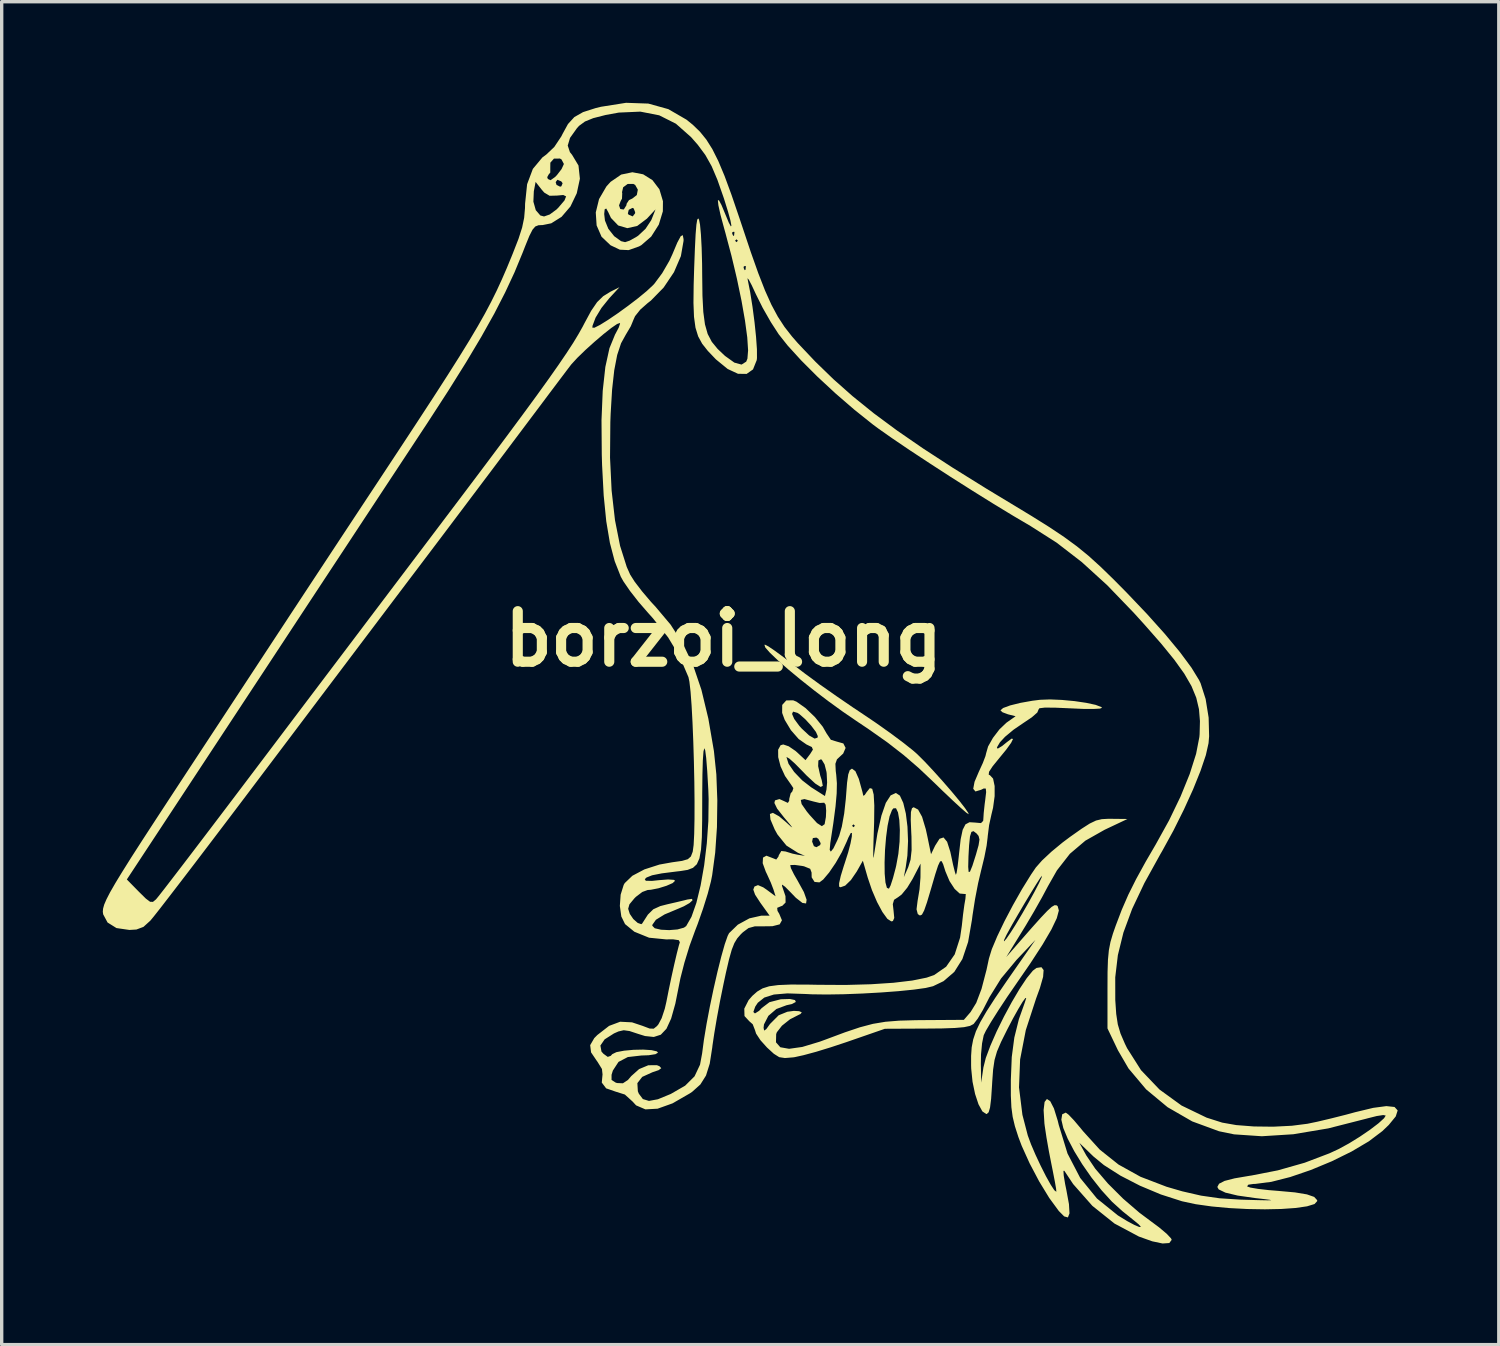
<source format=kicad_pcb>
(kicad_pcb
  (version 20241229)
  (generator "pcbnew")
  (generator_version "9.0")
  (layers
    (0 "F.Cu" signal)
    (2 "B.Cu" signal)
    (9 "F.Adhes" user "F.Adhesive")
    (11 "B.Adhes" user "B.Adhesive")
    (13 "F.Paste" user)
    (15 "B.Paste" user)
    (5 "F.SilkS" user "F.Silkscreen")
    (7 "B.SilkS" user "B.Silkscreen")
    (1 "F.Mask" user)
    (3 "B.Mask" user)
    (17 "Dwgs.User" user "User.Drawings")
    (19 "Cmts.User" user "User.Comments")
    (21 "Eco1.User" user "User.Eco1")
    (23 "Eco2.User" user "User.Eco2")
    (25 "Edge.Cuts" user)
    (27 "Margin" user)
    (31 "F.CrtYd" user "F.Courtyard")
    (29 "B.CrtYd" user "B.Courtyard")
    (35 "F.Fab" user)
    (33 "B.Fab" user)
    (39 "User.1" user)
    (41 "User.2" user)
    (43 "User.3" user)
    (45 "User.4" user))
  (footprint "borzoi_long"
    (layer "F.Cu")
    (at 18.418 15.903)
    (property "Reference" "borzoi_long" (at 0 0 0) (layer "F.SilkS") (effects (font (size 1.5 1.5) (thickness 0.3))))
    (attr board_only exclude_from_pos_files exclude_from_bom)
    (fp_poly (pts (xy 1.325 0.222) (xy 1.523 0.356) (xy 1.793 0.555) (xy 2.075 0.773) (xy 2.42 1.036) (xy 2.86 1.357) (xy 3.351 1.702) (xy 3.843 2.039) (xy 4.063 2.185) (xy 4.508 2.485) (xy 4.94 2.791) (xy 5.323 3.076) (xy 5.621 3.313) (xy 5.745 3.422) (xy 5.967 3.643) (xy 6.224 3.918) (xy 6.496 4.22) (xy 6.758 4.522) (xy 6.988 4.798) (xy 7.162 5.022) (xy 7.259 5.166) (xy 7.27 5.204) (xy 7.202 5.159) (xy 7.035 5.014) (xy 6.789 4.787) (xy 6.486 4.499) (xy 6.265 4.284) (xy 5.794 3.838) (xy 5.341 3.447) (xy 4.858 3.072) (xy 4.298 2.677) (xy 3.934 2.433) (xy 3.527 2.154) (xy 3.102 1.846) (xy 2.679 1.524) (xy 2.276 1.204) (xy 1.912 0.902) (xy 1.604 0.633) (xy 1.373 0.412) (xy 1.236 0.256) (xy 1.211 0.178) (xy 1.228 0.173)) (stroke (width 0) (type solid)) (fill yes) (layer "F.SilkS"))
    (fp_poly (pts (xy -2.388 -13.782) (xy -2.111 -13.608) (xy -1.905 -13.336) (xy -1.8 -12.984) (xy -1.803 -12.683) (xy -1.923 -12.289) (xy -2.148 -11.935) (xy -2.441 -11.68) (xy -2.51 -11.642) (xy -2.817 -11.533) (xy -3.078 -11.545) (xy -3.354 -11.676) (xy -3.622 -11.93) (xy -3.768 -12.266) (xy -3.79 -12.604) (xy -3.543 -12.604) (xy -3.521 -12.411) (xy -3.421 -12.166) (xy -3.246 -11.945) (xy -3.042 -11.798) (xy -2.922 -11.769) (xy -2.79 -11.813) (xy -2.592 -11.923) (xy -2.537 -11.959) (xy -2.317 -12.165) (xy -2.151 -12.416) (xy -2.137 -12.446) (xy -2.02 -12.742) (xy -2.275 -12.467) (xy -2.563 -12.25) (xy -2.858 -12.184) (xy -3.128 -12.264) (xy -3.342 -12.487) (xy -3.405 -12.62) (xy -2.841 -12.62) (xy -2.82 -12.585) (xy -2.697 -12.533) (xy -2.627 -12.624) (xy -2.625 -12.658) (xy -2.668 -12.77) (xy -2.704 -12.785) (xy -2.815 -12.729) (xy -2.841 -12.62) (xy -3.405 -12.62) (xy -3.418 -12.649) (xy -3.483 -12.767) (xy -3.529 -12.743) (xy -3.543 -12.604) (xy -3.79 -12.604) (xy -3.793 -12.65) (xy -3.742 -12.859) (xy -3.103 -12.859) (xy -3.066 -12.753) (xy -2.971 -12.738) (xy -2.957 -12.746) (xy -2.883 -12.865) (xy -2.879 -12.907) (xy -2.808 -13.016) (xy -2.709 -13.063) (xy -2.576 -13.166) (xy -2.545 -13.326) (xy -2.624 -13.466) (xy -2.678 -13.497) (xy -2.848 -13.495) (xy -2.981 -13.396) (xy -3.015 -13.248) (xy -3.008 -13.226) (xy -3.015 -13.059) (xy -3.054 -12.989) (xy -3.103 -12.859) (xy -3.742 -12.859) (xy -3.696 -13.047) (xy -3.478 -13.421) (xy -3.355 -13.557) (xy -3.039 -13.774) (xy -2.707 -13.843)) (stroke (width 0) (type solid)) (fill yes) (layer "F.SilkS"))
    (fp_poly (pts (xy -2.233 -15.88) (xy -1.64 -15.715) (xy -1.102 -15.403) (xy -0.912 -15.249) (xy -0.702 -15.045) (xy -0.513 -14.812) (xy -0.336 -14.531) (xy -0.159 -14.178) (xy 0.028 -13.732) (xy 0.234 -13.172) (xy 0.471 -12.476) (xy 0.549 -12.243) (xy 0.806 -11.474) (xy 1.029 -10.845) (xy 1.229 -10.332) (xy 1.418 -9.912) (xy 1.607 -9.56) (xy 1.806 -9.255) (xy 2.028 -8.971) (xy 2.201 -8.773) (xy 2.722 -8.223) (xy 3.259 -7.702) (xy 3.828 -7.198) (xy 4.448 -6.697) (xy 5.138 -6.186) (xy 5.915 -5.65) (xy 6.797 -5.077) (xy 7.802 -4.452) (xy 8.507 -4.026) (xy 9.146 -3.639) (xy 9.668 -3.312) (xy 10.103 -3.021) (xy 10.48 -2.745) (xy 10.829 -2.46) (xy 11.18 -2.142) (xy 11.564 -1.769) (xy 11.946 -1.383) (xy 12.559 -0.739) (xy 13.093 -0.143) (xy 13.537 0.393) (xy 13.878 0.853) (xy 14.105 1.223) (xy 14.149 1.314) (xy 14.3 1.786) (xy 14.389 2.338) (xy 14.403 2.889) (xy 14.386 3.095) (xy 14.306 3.45) (xy 14.148 3.917) (xy 13.927 4.466) (xy 13.654 5.066) (xy 13.345 5.686) (xy 13.01 6.296) (xy 12.957 6.387) (xy 12.482 7.246) (xy 12.119 8.013) (xy 11.86 8.716) (xy 11.696 9.383) (xy 11.618 10.041) (xy 11.619 10.715) (xy 11.647 11.128) (xy 11.694 11.438) (xy 11.775 11.711) (xy 11.905 12.012) (xy 11.969 12.143) (xy 12.383 12.796) (xy 12.931 13.37) (xy 13.587 13.846) (xy 14.328 14.204) (xy 14.792 14.352) (xy 15.208 14.425) (xy 15.732 14.466) (xy 16.302 14.473) (xy 16.858 14.445) (xy 17.32 14.386) (xy 17.618 14.324) (xy 18.018 14.229) (xy 18.458 14.118) (xy 18.735 14.043) (xy 19.272 13.914) (xy 19.662 13.862) (xy 19.904 13.888) (xy 19.997 13.99) (xy 19.94 14.168) (xy 19.733 14.421) (xy 19.542 14.604) (xy 19.141 14.907) (xy 18.627 15.211) (xy 18.04 15.5) (xy 17.421 15.757) (xy 16.81 15.966) (xy 16.248 16.109) (xy 15.776 16.17) (xy 15.722 16.171) (xy 15.566 16.193) (xy 15.529 16.244) (xy 15.627 16.279) (xy 15.856 16.318) (xy 16.179 16.355) (xy 16.437 16.376) (xy 16.949 16.422) (xy 17.305 16.481) (xy 17.52 16.556) (xy 17.607 16.651) (xy 17.611 16.679) (xy 17.531 16.767) (xy 17.309 16.835) (xy 16.972 16.884) (xy 16.546 16.914) (xy 16.058 16.924) (xy 15.533 16.915) (xy 14.998 16.887) (xy 14.479 16.839) (xy 14.004 16.772) (xy 13.598 16.685) (xy 13.589 16.682) (xy 12.971 16.483) (xy 12.351 16.223) (xy 11.773 15.925) (xy 11.281 15.611) (xy 10.97 15.355) (xy 10.553 14.951) (xy 10.758 15.323) (xy 11.025 15.719) (xy 11.402 16.16) (xy 11.851 16.608) (xy 12.336 17.025) (xy 12.636 17.249) (xy 12.921 17.461) (xy 13.144 17.649) (xy 13.273 17.786) (xy 13.293 17.829) (xy 13.222 17.924) (xy 13.023 17.938) (xy 12.715 17.873) (xy 12.319 17.732) (xy 11.597 17.347) (xy 10.939 16.821) (xy 10.37 16.176) (xy 10.107 15.78) (xy 10.081 15.784) (xy 10.09 15.925) (xy 10.132 16.176) (xy 10.166 16.341) (xy 10.245 16.77) (xy 10.261 17.044) (xy 10.214 17.165) (xy 10.103 17.134) (xy 9.944 16.974) (xy 9.661 16.588) (xy 9.362 16.098) (xy 9.079 15.562) (xy 8.843 15.04) (xy 8.744 14.778) (xy 8.641 14.457) (xy 8.575 14.18) (xy 8.537 13.895) (xy 8.521 13.548) (xy 8.521 13.085) (xy 8.521 13.081) (xy 8.548 12.406) (xy 8.624 11.829) (xy 8.76 11.283) (xy 8.933 10.795) (xy 8.977 10.659) (xy 8.952 10.656) (xy 8.87 10.768) (xy 8.743 10.979) (xy 8.581 11.269) (xy 8.414 11.589) (xy 8.23 11.96) (xy 8.11 12.241) (xy 8.037 12.494) (xy 7.995 12.777) (xy 7.968 13.151) (xy 7.963 13.24) (xy 7.936 13.644) (xy 7.904 13.904) (xy 7.862 14.046) (xy 7.805 14.096) (xy 7.792 14.097) (xy 7.676 14.019) (xy 7.561 13.808) (xy 7.46 13.502) (xy 7.384 13.138) (xy 7.345 12.751) (xy 7.342 12.658) (xy 7.342 12.37) (xy 7.359 12.12) (xy 7.404 11.885) (xy 7.485 11.642) (xy 7.615 11.37) (xy 7.802 11.048) (xy 8.058 10.651) (xy 8.393 10.16) (xy 8.776 9.61) (xy 9.25 8.932) (xy 8.689 9.525) (xy 8.23 10.077) (xy 7.885 10.633) (xy 7.846 10.71) (xy 7.69 11.013) (xy 7.539 11.266) (xy 7.421 11.42) (xy 7.41 11.43) (xy 7.308 11.483) (xy 7.134 11.52) (xy 6.864 11.544) (xy 6.472 11.558) (xy 6.019 11.562) (xy 4.784 11.568) (xy 3.633 11.967) (xy 3.18 12.117) (xy 2.746 12.25) (xy 2.373 12.351) (xy 2.106 12.41) (xy 2.063 12.416) (xy 1.818 12.436) (xy 1.649 12.41) (xy 1.49 12.31) (xy 1.287 12.124) (xy 1.093 11.908) (xy 0.963 11.711) (xy 0.931 11.609) (xy 0.863 11.434) (xy 0.762 11.345) (xy 0.619 11.19) (xy 0.613 10.97) (xy 0.741 10.718) (xy 0.85 10.593) (xy 0.996 10.464) (xy 1.154 10.37) (xy 1.352 10.307) (xy 1.62 10.271) (xy 1.986 10.256) (xy 2.477 10.257) (xy 2.794 10.263) (xy 3.617 10.268) (xy 4.372 10.247) (xy 5.039 10.203) (xy 5.596 10.137) (xy 6.022 10.051) (xy 6.245 9.974) (xy 6.601 9.727) (xy 6.856 9.36) (xy 7.015 8.864) (xy 7.067 8.509) (xy 7.103 8.178) (xy 7.142 7.89) (xy 7.173 7.713) (xy 7.184 7.571) (xy 7.129 7.567) (xy 7.004 7.556) (xy 6.853 7.418) (xy 6.702 7.187) (xy 6.58 6.898) (xy 6.568 6.86) (xy 6.512 6.685) (xy 6.467 6.594) (xy 6.421 6.603) (xy 6.362 6.728) (xy 6.279 6.983) (xy 6.162 7.384) (xy 6.147 7.435) (xy 6.033 7.817) (xy 5.949 8.058) (xy 5.884 8.181) (xy 5.824 8.208) (xy 5.76 8.165) (xy 5.723 8.023) (xy 5.755 7.768) (xy 5.759 7.747) (xy 5.812 7.429) (xy 5.839 7.088) (xy 5.84 7.039) (xy 5.842 6.669) (xy 5.606 7.123) (xy 5.447 7.383) (xy 5.282 7.584) (xy 5.179 7.662) (xy 5.056 7.742) (xy 5.019 7.87) (xy 5.041 8.065) (xy 5.062 8.28) (xy 5.022 8.372) (xy 4.974 8.382) (xy 4.858 8.307) (xy 4.711 8.104) (xy 4.552 7.808) (xy 4.4 7.453) (xy 4.274 7.08) (xy 4.145 6.632) (xy 4.775 6.632) (xy 4.778 6.965) (xy 4.801 7.228) (xy 4.844 7.387) (xy 4.904 7.412) (xy 4.953 7.316) (xy 5.024 7.098) (xy 5.103 6.8) (xy 5.12 6.728) (xy 5.184 6.377) (xy 5.22 6.016) (xy 5.228 5.672) (xy 5.212 5.374) (xy 5.173 5.149) (xy 5.114 5.025) (xy 5.036 5.029) (xy 4.995 5.08) (xy 4.923 5.265) (xy 4.864 5.546) (xy 4.819 5.889) (xy 4.788 6.263) (xy 4.775 6.632) (xy 4.145 6.632) (xy 4.13 6.583) (xy 3.949 6.903) (xy 3.776 7.156) (xy 3.606 7.321) (xy 3.468 7.37) (xy 3.426 7.349) (xy 3.426 7.249) (xy 3.475 7.032) (xy 3.564 6.741) (xy 3.591 6.66) (xy 3.694 6.338) (xy 3.765 6.066) (xy 3.803 5.865) (xy 3.806 5.757) (xy 3.772 5.761) (xy 3.7 5.898) (xy 3.65 6.019) (xy 3.507 6.328) (xy 3.325 6.646) (xy 3.131 6.931) (xy 2.955 7.14) (xy 2.842 7.225) (xy 2.697 7.211) (xy 2.612 7.076) (xy 2.609 6.932) (xy 2.568 6.822) (xy 2.385 6.748) (xy 2.323 6.736) (xy 2.113 6.707) (xy 1.986 6.711) (xy 1.976 6.716) (xy 1.996 6.803) (xy 2.087 6.987) (xy 2.196 7.176) (xy 2.381 7.512) (xy 2.462 7.74) (xy 2.446 7.85) (xy 2.337 7.834) (xy 2.143 7.682) (xy 1.984 7.517) (xy 1.825 7.356) (xy 1.736 7.291) (xy 1.731 7.327) (xy 1.835 7.633) (xy 1.838 7.823) (xy 1.739 7.921) (xy 1.708 7.93) (xy 1.589 7.98) (xy 1.598 8.07) (xy 1.651 8.159) (xy 1.73 8.349) (xy 1.663 8.47) (xy 1.447 8.525) (xy 1.205 8.528) (xy 0.925 8.529) (xy 0.739 8.58) (xy 0.571 8.705) (xy 0.509 8.765) (xy 0.404 8.885) (xy 0.318 9.027) (xy 0.241 9.222) (xy 0.162 9.502) (xy 0.07 9.896) (xy -0.005 10.247) (xy -0.107 10.748) (xy -0.201 11.253) (xy -0.278 11.709) (xy -0.331 12.065) (xy -0.337 12.12) (xy -0.412 12.602) (xy -0.523 12.955) (xy -0.69 13.22) (xy -0.931 13.436) (xy -1.001 13.484) (xy -1.517 13.781) (xy -1.959 13.939) (xy -2.321 13.959) (xy -2.597 13.84) (xy -2.701 13.727) (xy -2.93 13.519) (xy -3.209 13.431) (xy -3.486 13.335) (xy -3.615 13.164) (xy -3.593 12.927) (xy -3.592 12.925) (xy -3.61 12.761) (xy -3.745 12.543) (xy -3.759 12.525) (xy -3.933 12.268) (xy -3.959 12.054) (xy -3.838 11.845) (xy -3.747 11.753) (xy -3.398 11.482) (xy -3.069 11.359) (xy -2.718 11.377) (xy -2.406 11.481) (xy -2.195 11.561) (xy -2.074 11.565) (xy -1.978 11.488) (xy -1.935 11.436) (xy -1.838 11.253) (xy -1.746 10.975) (xy -1.699 10.771) (xy -1.631 10.428) (xy -1.551 10.045) (xy -1.467 9.666) (xy -1.389 9.334) (xy -1.327 9.093) (xy -1.299 9) (xy -1.331 8.939) (xy -1.501 8.914) (xy -1.709 8.916) (xy -2.212 8.866) (xy -2.648 8.689) (xy -2.925 8.462) (xy -3.035 8.237) (xy -3.067 8.008) (xy -2.832 8.008) (xy -2.784 8.159) (xy -2.68 8.312) (xy -2.549 8.428) (xy -2.442 8.465) (xy -2.418 8.447) (xy -2.247 8.181) (xy -2.087 8.023) (xy -1.879 7.928) (xy -1.676 7.876) (xy -1.394 7.811) (xy -1.164 7.756) (xy -1.079 7.734) (xy -0.939 7.714) (xy -0.923 7.757) (xy -1.011 7.838) (xy -1.182 7.935) (xy -1.333 8) (xy -1.751 8.175) (xy -2.009 8.334) (xy -2.113 8.481) (xy -2.117 8.511) (xy -2.043 8.586) (xy -1.857 8.629) (xy -1.614 8.641) (xy -1.369 8.621) (xy -1.177 8.568) (xy -1.111 8.521) (xy -0.954 8.247) (xy -0.809 7.834) (xy -0.682 7.313) (xy -0.577 6.715) (xy -0.499 6.068) (xy -0.453 5.405) (xy -0.445 4.755) (xy -0.454 4.487) (xy -0.486 3.926) (xy -0.517 3.533) (xy -0.547 3.306) (xy -0.574 3.244) (xy -0.598 3.345) (xy -0.617 3.607) (xy -0.629 4.03) (xy -0.635 4.61) (xy -0.635 4.74) (xy -0.637 5.386) (xy -0.646 5.883) (xy -0.671 6.251) (xy -0.718 6.512) (xy -0.795 6.686) (xy -0.909 6.793) (xy -1.067 6.854) (xy -1.277 6.888) (xy -1.399 6.902) (xy -1.833 6.957) (xy -2.122 7.014) (xy -2.287 7.08) (xy -2.339 7.13) (xy -2.309 7.177) (xy -2.127 7.181) (xy -1.917 7.159) (xy -1.648 7.138) (xy -1.478 7.15) (xy -1.439 7.177) (xy -1.513 7.246) (xy -1.696 7.326) (xy -1.931 7.399) (xy -2.16 7.444) (xy -2.254 7.451) (xy -2.412 7.509) (xy -2.603 7.654) (xy -2.647 7.698) (xy -2.794 7.875) (xy -2.832 8.008) (xy -3.067 8.008) (xy -3.079 7.923) (xy -3.055 7.588) (xy -2.965 7.3) (xy -2.934 7.246) (xy -2.708 7.029) (xy -2.351 6.84) (xy -1.904 6.696) (xy -1.53 6.629) (xy -1.233 6.587) (xy -1.062 6.537) (xy -0.972 6.457) (xy -0.921 6.325) (xy -0.916 6.308) (xy -0.89 6.116) (xy -0.873 5.786) (xy -0.864 5.346) (xy -0.863 4.824) (xy -0.869 4.248) (xy -0.882 3.648) (xy -0.9 3.051) (xy -0.923 2.487) (xy -0.95 1.983) (xy -0.981 1.568) (xy -1.015 1.272) (xy -1.043 1.137) (xy -1.307 0.521) (xy -1.647 -0.043) (xy -2.097 -0.61) (xy -2.238 -0.767) (xy -2.521 -1.093) (xy -2.778 -1.422) (xy -2.974 -1.707) (xy -3.051 -1.845) (xy -3.232 -2.305) (xy -3.374 -2.846) (xy -3.482 -3.489) (xy -3.558 -4.253) (xy -3.606 -5.158) (xy -3.615 -5.461) (xy -3.623 -6.489) (xy -3.587 -7.357) (xy -3.509 -8.067) (xy -3.387 -8.623) (xy -3.221 -9.029) (xy -3.21 -9.048) (xy -3.111 -9.237) (xy -3.072 -9.356) (xy -3.076 -9.37) (xy -3.159 -9.342) (xy -3.333 -9.223) (xy -3.568 -9.037) (xy -3.834 -8.81) (xy -4.101 -8.569) (xy -4.337 -8.34) (xy -4.515 -8.147) (xy -4.548 -8.105) (xy -4.671 -7.943) (xy -4.879 -7.667) (xy -5.156 -7.299) (xy -5.485 -6.86) (xy -5.851 -6.373) (xy -6.238 -5.858) (xy -6.25 -5.842) (xy -6.726 -5.208) (xy -7.265 -4.492) (xy -7.829 -3.743) (xy -8.382 -3.009) (xy -8.887 -2.341) (xy -9.089 -2.074) (xy -9.407 -1.654) (xy -9.812 -1.118) (xy -10.289 -0.486) (xy -10.824 0.222) (xy -11.401 0.987) (xy -12.007 1.789) (xy -12.625 2.609) (xy -13.242 3.427) (xy -13.627 3.937) (xy -14.189 4.682) (xy -14.728 5.394) (xy -15.232 6.058) (xy -15.693 6.664) (xy -16.101 7.197) (xy -16.446 7.646) (xy -16.718 7.998) (xy -16.909 8.24) (xy -17.007 8.359) (xy -17.009 8.361) (xy -17.212 8.545) (xy -17.42 8.623) (xy -17.629 8.636) (xy -18.013 8.58) (xy -18.277 8.415) (xy -18.407 8.173) (xy -18.418 8.095) (xy -18.41 8.003) (xy -18.377 7.884) (xy -18.31 7.728) (xy -18.204 7.522) (xy -18.05 7.254) (xy -17.98 7.138) (xy -17.705 7.138) (xy -17.343 7.507) (xy -17.141 7.706) (xy -17.016 7.8) (xy -16.93 7.803) (xy -16.844 7.732) (xy -16.838 7.726) (xy -16.761 7.632) (xy -16.591 7.415) (xy -16.34 7.089) (xy -16.017 6.668) (xy -15.633 6.164) (xy -15.197 5.591) (xy -14.719 4.961) (xy -14.21 4.288) (xy -13.999 4.009) (xy -13.373 3.181) (xy -12.672 2.252) (xy -11.919 1.256) (xy -11.14 0.226) (xy -10.362 -0.804) (xy -9.609 -1.8) (xy -8.907 -2.728) (xy -8.467 -3.31) (xy -7.704 -4.32) (xy -7.038 -5.205) (xy -6.461 -5.977) (xy -5.966 -6.645) (xy -5.545 -7.219) (xy -5.192 -7.71) (xy -4.899 -8.127) (xy -4.658 -8.481) (xy -4.463 -8.781) (xy -4.307 -9.039) (xy -4.181 -9.263) (xy -4.133 -9.356) (xy -3.93 -9.732) (xy -3.754 -9.989) (xy -3.574 -10.165) (xy -3.357 -10.299) (xy -3.345 -10.305) (xy -3.09 -10.433) (xy -3.392 -10.106) (xy -3.624 -9.818) (xy -3.799 -9.529) (xy -3.889 -9.29) (xy -3.895 -9.233) (xy -3.833 -9.23) (xy -3.669 -9.313) (xy -3.428 -9.463) (xy -3.141 -9.658) (xy -2.836 -9.879) (xy -2.54 -10.105) (xy -2.283 -10.317) (xy -2.092 -10.495) (xy -2.056 -10.534) (xy -1.823 -10.848) (xy -1.609 -11.217) (xy -1.52 -11.41) (xy -1.374 -11.757) (xy -1.273 -11.945) (xy -1.212 -11.977) (xy -1.189 -11.859) (xy -1.189 -11.807) (xy -1.268 -11.355) (xy -1.473 -10.878) (xy -1.779 -10.423) (xy -2.157 -10.036) (xy -2.258 -9.957) (xy -2.474 -9.766) (xy -2.628 -9.572) (xy -2.666 -9.488) (xy -2.754 -9.274) (xy -2.892 -9.041) (xy -2.898 -9.032) (xy -3.043 -8.769) (xy -3.158 -8.421) (xy -3.245 -7.969) (xy -3.309 -7.393) (xy -3.352 -6.674) (xy -3.361 -6.429) (xy -3.37 -5.376) (xy -3.323 -4.4) (xy -3.223 -3.521) (xy -3.072 -2.759) (xy -2.874 -2.133) (xy -2.772 -1.905) (xy -2.638 -1.694) (xy -2.421 -1.411) (xy -2.157 -1.1) (xy -2.013 -0.944) (xy -1.574 -0.423) (xy -1.208 0.144) (xy -0.906 0.782) (xy -0.658 1.515) (xy -0.453 2.368) (xy -0.288 3.328) (xy -0.216 4.021) (xy -0.187 4.792) (xy -0.198 5.586) (xy -0.25 6.344) (xy -0.34 7.011) (xy -0.376 7.194) (xy -0.471 7.559) (xy -0.611 8.006) (xy -0.771 8.462) (xy -0.847 8.658) (xy -1.011 9.109) (xy -1.163 9.605) (xy -1.281 10.064) (xy -1.314 10.227) (xy -1.433 10.824) (xy -1.557 11.265) (xy -1.696 11.567) (xy -1.864 11.744) (xy -2.072 11.811) (xy -2.332 11.783) (xy -2.532 11.721) (xy -2.792 11.635) (xy -2.964 11.611) (xy -3.12 11.647) (xy -3.253 11.706) (xy -3.53 11.882) (xy -3.656 12.065) (xy -3.624 12.244) (xy -3.565 12.31) (xy -3.438 12.402) (xy -3.349 12.371) (xy -3.304 12.321) (xy -3.18 12.261) (xy -2.954 12.218) (xy -2.673 12.192) (xy -2.385 12.186) (xy -2.138 12.202) (xy -1.98 12.239) (xy -1.947 12.277) (xy -2.024 12.322) (xy -2.224 12.353) (xy -2.441 12.361) (xy -2.843 12.407) (xy -3.119 12.551) (xy -3.286 12.807) (xy -3.325 12.933) (xy -3.325 13.086) (xy -3.2 13.166) (xy -3.157 13.178) (xy -2.988 13.185) (xy -2.839 13.087) (xy -2.741 12.972) (xy -2.508 12.764) (xy -2.235 12.65) (xy -1.979 12.648) (xy -1.903 12.679) (xy -1.85 12.737) (xy -1.927 12.795) (xy -2.11 12.857) (xy -2.415 12.995) (xy -2.559 13.181) (xy -2.545 13.421) (xy -2.516 13.493) (xy -2.396 13.653) (xy -2.215 13.708) (xy -1.95 13.659) (xy -1.576 13.505) (xy -1.565 13.5) (xy -1.142 13.256) (xy -0.863 12.979) (xy -0.7 12.633) (xy -0.638 12.299) (xy -0.585 11.897) (xy -0.506 11.422) (xy -0.408 10.906) (xy -0.298 10.381) (xy -0.183 9.877) (xy -0.07 9.426) (xy 0.033 9.061) (xy 0.12 8.812) (xy 0.161 8.732) (xy 0.422 8.479) (xy 0.765 8.292) (xy 1.114 8.213) (xy 1.14 8.213) (xy 1.365 8.213) (xy 1.09 7.83) (xy 0.933 7.589) (xy 0.88 7.439) (xy 0.915 7.348) (xy 1.019 7.306) (xy 1.175 7.372) (xy 1.278 7.443) (xy 1.541 7.638) (xy 1.479 7.438) (xy 1.401 7.234) (xy 1.284 6.976) (xy 1.252 6.911) (xy 1.159 6.656) (xy 1.168 6.49) (xy 1.269 6.433) (xy 1.433 6.496) (xy 1.561 6.547) (xy 1.626 6.46) (xy 1.637 6.419) (xy 1.711 6.294) (xy 1.836 6.308) (xy 2.044 6.372) (xy 2.201 6.405) (xy 2.413 6.438) (xy 2.203 6.347) (xy 1.864 6.133) (xy 1.767 6.014) (xy 2.625 6.014) (xy 2.678 6.15) (xy 2.752 6.181) (xy 2.864 6.118) (xy 2.879 6.063) (xy 2.81 5.932) (xy 2.752 5.896) (xy 2.647 5.91) (xy 2.625 6.014) (xy 1.767 6.014) (xy 1.597 5.803) (xy 1.515 5.655) (xy 1.39 5.361) (xy 1.373 5.196) (xy 1.461 5.162) (xy 1.645 5.264) (xy 1.854 5.44) (xy 1.995 5.569) (xy 2.036 5.595) (xy 1.971 5.51) (xy 1.799 5.306) (xy 1.792 5.298) (xy 1.587 5.036) (xy 1.506 4.868) (xy 1.524 4.792) (xy 1.656 4.753) (xy 1.78 4.808) (xy 1.906 4.867) (xy 1.945 4.804) (xy 1.946 4.779) (xy 2.289 4.779) (xy 2.314 4.901) (xy 2.469 5.124) (xy 2.553 5.226) (xy 2.771 5.465) (xy 2.914 5.557) (xy 2.996 5.499) (xy 3.034 5.286) (xy 3.042 5.096) (xy 3.027 4.921) (xy 2.982 4.859) (xy 2.973 4.862) (xy 2.848 4.869) (xy 2.648 4.821) (xy 2.636 4.817) (xy 2.396 4.753) (xy 2.289 4.779) (xy 1.946 4.779) (xy 1.947 4.747) (xy 1.989 4.583) (xy 2.038 4.526) (xy 2.069 4.429) (xy 2.005 4.331) (xy 1.821 4.068) (xy 1.689 3.782) (xy 1.62 3.514) (xy 1.866 3.514) (xy 1.926 3.706) (xy 2.092 3.948) (xy 2.328 4.195) (xy 2.599 4.405) (xy 2.603 4.407) (xy 3.006 4.663) (xy 3.051 4.472) (xy 3.07 4.262) (xy 3.057 3.992) (xy 3.051 3.946) (xy 2.995 3.725) (xy 2.912 3.587) (xy 2.888 3.573) (xy 2.811 3.609) (xy 2.804 3.776) (xy 2.865 4.051) (xy 2.91 4.191) (xy 2.942 4.36) (xy 2.878 4.394) (xy 2.718 4.292) (xy 2.465 4.058) (xy 2.328 3.916) (xy 2.115 3.7) (xy 1.954 3.556) (xy 1.871 3.507) (xy 1.866 3.514) (xy 1.62 3.514) (xy 1.619 3.511) (xy 1.617 3.289) (xy 1.69 3.156) (xy 1.769 3.133) (xy 1.931 3.188) (xy 2.132 3.325) (xy 2.179 3.366) (xy 2.429 3.599) (xy 2.566 3.417) (xy 2.649 3.286) (xy 2.616 3.209) (xy 2.459 3.134) (xy 2.227 2.973) (xy 1.996 2.709) (xy 1.812 2.403) (xy 1.747 2.227) (xy 2.03 2.227) (xy 2.094 2.376) (xy 2.245 2.581) (xy 2.317 2.661) (xy 2.537 2.866) (xy 2.7 2.959) (xy 2.786 2.932) (xy 2.794 2.885) (xy 2.738 2.761) (xy 2.598 2.576) (xy 2.421 2.384) (xy 2.25 2.234) (xy 2.192 2.196) (xy 2.06 2.159) (xy 2.03 2.227) (xy 1.747 2.227) (xy 1.736 2.195) (xy 1.738 1.96) (xy 1.858 1.827) (xy 2.062 1.823) (xy 2.162 1.864) (xy 2.431 2.054) (xy 2.708 2.32) (xy 2.939 2.605) (xy 3.051 2.801) (xy 3.181 2.994) (xy 3.357 3.048) (xy 3.552 3.103) (xy 3.619 3.236) (xy 3.547 3.403) (xy 3.475 3.469) (xy 3.362 3.575) (xy 3.316 3.706) (xy 3.326 3.919) (xy 3.341 4.038) (xy 3.36 4.285) (xy 3.354 4.586) (xy 3.32 4.97) (xy 3.255 5.466) (xy 3.165 6.054) (xy 3.147 6.26) (xy 3.18 6.313) (xy 3.257 6.216) (xy 3.374 5.974) (xy 3.429 5.842) (xy 3.508 5.565) (xy 3.511 5.546) (xy 3.81 5.546) (xy 3.852 5.588) (xy 3.895 5.546) (xy 3.852 5.503) (xy 3.81 5.546) (xy 3.511 5.546) (xy 3.577 5.18) (xy 3.625 4.749) (xy 3.632 4.657) (xy 3.662 4.268) (xy 3.697 4.022) (xy 3.743 3.893) (xy 3.805 3.852) (xy 3.81 3.852) (xy 3.909 3.926) (xy 4.011 4.154) (xy 4.118 4.541) (xy 4.144 4.657) (xy 4.187 4.631) (xy 4.241 4.549) (xy 4.338 4.428) (xy 4.408 4.449) (xy 4.452 4.62) (xy 4.47 4.946) (xy 4.465 5.431) (xy 4.459 5.619) (xy 4.446 6.004) (xy 4.439 6.294) (xy 4.44 6.466) (xy 4.447 6.499) (xy 4.451 6.477) (xy 4.562 5.777) (xy 4.682 5.242) (xy 4.812 4.865) (xy 4.955 4.644) (xy 5.111 4.572) (xy 5.229 4.651) (xy 5.329 4.866) (xy 5.406 5.184) (xy 5.454 5.572) (xy 5.471 5.998) (xy 5.452 6.429) (xy 5.403 6.773) (xy 5.346 7.07) (xy 5.477 6.773) (xy 5.546 6.552) (xy 5.577 6.266) (xy 5.573 5.871) (xy 5.566 5.736) (xy 5.551 5.367) (xy 5.557 5.138) (xy 5.588 5.024) (xy 5.638 4.995) (xy 5.769 5.065) (xy 5.887 5.279) (xy 5.998 5.649) (xy 6.046 5.869) (xy 6.153 6.389) (xy 6.274 6.137) (xy 6.405 5.931) (xy 6.524 5.892) (xy 6.63 6.02) (xy 6.725 6.317) (xy 6.749 6.428) (xy 6.809 6.71) (xy 6.861 6.918) (xy 6.89 7.003) (xy 6.912 6.941) (xy 6.94 6.764) (xy 7.256 6.764) (xy 7.269 6.916) (xy 7.308 6.908) (xy 7.379 6.736) (xy 7.485 6.403) (xy 7.564 6.122) (xy 7.59 5.953) (xy 7.564 5.847) (xy 7.504 5.774) (xy 7.413 5.705) (xy 7.351 5.727) (xy 7.309 5.861) (xy 7.282 6.126) (xy 7.264 6.452) (xy 7.256 6.764) (xy 6.94 6.764) (xy 6.942 6.748) (xy 6.975 6.462) (xy 6.984 6.375) (xy 7.032 5.947) (xy 7.092 5.664) (xy 7.175 5.503) (xy 7.294 5.44) (xy 7.458 5.45) (xy 7.635 5.466) (xy 7.7 5.4) (xy 7.705 5.344) (xy 7.716 5.168) (xy 7.744 4.906) (xy 7.76 4.786) (xy 7.788 4.547) (xy 7.778 4.442) (xy 7.717 4.439) (xy 7.638 4.478) (xy 7.47 4.528) (xy 7.405 4.448) (xy 7.444 4.241) (xy 7.57 3.945) (xy 7.689 3.685) (xy 7.768 3.478) (xy 7.789 3.39) (xy 7.846 3.192) (xy 7.989 2.939) (xy 8.182 2.686) (xy 8.384 2.493) (xy 8.399 2.481) (xy 8.662 2.296) (xy 8.437 2.239) (xy 8.273 2.178) (xy 8.213 2.121) (xy 8.291 2.052) (xy 8.5 1.975) (xy 8.802 1.9) (xy 9.161 1.836) (xy 9.387 1.808) (xy 9.682 1.797) (xy 10.037 1.812) (xy 10.41 1.847) (xy 10.756 1.898) (xy 11.035 1.958) (xy 11.202 2.022) (xy 11.226 2.045) (xy 11.166 2.069) (xy 10.967 2.08) (xy 10.659 2.078) (xy 10.279 2.061) (xy 9.823 2.041) (xy 9.523 2.04) (xy 9.368 2.059) (xy 9.343 2.096) (xy 9.306 2.185) (xy 9.143 2.328) (xy 8.893 2.496) (xy 8.603 2.694) (xy 8.348 2.906) (xy 8.198 3.068) (xy 8.107 3.222) (xy 8.13 3.259) (xy 8.263 3.178) (xy 8.404 3.064) (xy 8.545 2.959) (xy 8.585 2.971) (xy 8.529 3.085) (xy 8.384 3.286) (xy 8.196 3.516) (xy 7.981 3.78) (xy 7.874 3.944) (xy 7.864 4.028) (xy 7.904 4.049) (xy 7.994 4.146) (xy 8.04 4.366) (xy 8.04 4.668) (xy 7.993 5.012) (xy 7.946 5.207) (xy 7.876 5.526) (xy 7.835 5.854) (xy 7.833 5.884) (xy 7.802 6.136) (xy 7.735 6.478) (xy 7.647 6.84) (xy 7.641 6.863) (xy 7.55 7.249) (xy 7.459 7.721) (xy 7.385 8.195) (xy 7.366 8.342) (xy 7.253 8.993) (xy 7.083 9.5) (xy 6.843 9.881) (xy 6.525 10.155) (xy 6.213 10.305) (xy 5.995 10.357) (xy 5.642 10.406) (xy 5.188 10.452) (xy 4.668 10.491) (xy 4.117 10.522) (xy 3.567 10.543) (xy 3.055 10.551) (xy 2.614 10.545) (xy 2.429 10.536) (xy 1.891 10.518) (xy 1.491 10.552) (xy 1.207 10.642) (xy 1.014 10.796) (xy 0.937 10.912) (xy 0.882 11.07) (xy 0.929 11.113) (xy 1.053 11.035) (xy 1.133 10.951) (xy 1.36 10.779) (xy 1.689 10.694) (xy 1.706 10.692) (xy 1.966 10.684) (xy 2.117 10.716) (xy 2.142 10.772) (xy 2.026 10.834) (xy 1.867 10.869) (xy 1.565 10.981) (xy 1.327 11.185) (xy 1.197 11.438) (xy 1.185 11.539) (xy 1.202 11.622) (xy 1.265 11.579) (xy 1.377 11.424) (xy 1.632 11.168) (xy 1.89 11.063) (xy 2.084 11.037) (xy 2.24 11.046) (xy 2.319 11.08) (xy 2.279 11.131) (xy 2.244 11.146) (xy 1.97 11.286) (xy 1.73 11.477) (xy 1.579 11.671) (xy 1.559 11.725) (xy 1.553 11.97) (xy 1.682 12.116) (xy 1.942 12.162) (xy 2.333 12.107) (xy 2.851 11.951) (xy 3.047 11.879) (xy 3.599 11.673) (xy 4.043 11.524) (xy 4.428 11.422) (xy 4.8 11.36) (xy 5.209 11.327) (xy 5.701 11.313) (xy 5.913 11.311) (xy 7.127 11.303) (xy 7.327 11.071) (xy 7.494 10.8) (xy 7.651 10.385) (xy 7.8 9.816) (xy 7.871 9.483) (xy 7.956 9.207) (xy 8.067 8.944) (xy 8.315 8.944) (xy 8.32 8.975) (xy 8.393 8.89) (xy 8.522 8.701) (xy 8.657 8.488) (xy 8.856 8.156) (xy 9.05 7.818) (xy 9.222 7.506) (xy 9.355 7.249) (xy 9.434 7.08) (xy 9.444 7.027) (xy 9.392 7.095) (xy 9.275 7.277) (xy 9.114 7.538) (xy 8.928 7.846) (xy 8.739 8.168) (xy 8.564 8.47) (xy 8.426 8.719) (xy 8.391 8.784) (xy 8.315 8.944) (xy 8.067 8.944) (xy 8.116 8.827) (xy 8.331 8.379) (xy 8.583 7.9) (xy 8.851 7.427) (xy 9.118 6.996) (xy 9.262 6.784) (xy 9.445 6.576) (xy 9.724 6.315) (xy 10.057 6.04) (xy 10.279 5.874) (xy 10.618 5.635) (xy 10.86 5.48) (xy 11.048 5.39) (xy 11.22 5.349) (xy 11.418 5.338) (xy 11.507 5.339) (xy 11.98 5.344) (xy 11.303 5.664) (xy 10.732 5.987) (xy 10.273 6.376) (xy 9.888 6.87) (xy 9.622 7.338) (xy 9.443 7.673) (xy 9.211 8.084) (xy 8.965 8.501) (xy 8.856 8.678) (xy 8.385 9.44) (xy 8.785 8.98) (xy 9.146 8.568) (xy 9.413 8.27) (xy 9.603 8.07) (xy 9.732 7.952) (xy 9.818 7.902) (xy 9.876 7.905) (xy 9.91 7.93) (xy 9.945 8.059) (xy 9.884 8.287) (xy 9.724 8.622) (xy 9.463 9.068) (xy 9.097 9.631) (xy 8.703 10.202) (xy 8.41 10.628) (xy 8.147 11.027) (xy 7.931 11.369) (xy 7.78 11.627) (xy 7.716 11.76) (xy 7.667 12) (xy 7.636 12.329) (xy 7.631 12.607) (xy 7.641 13.166) (xy 7.707 12.715) (xy 7.778 12.433) (xy 7.915 12.067) (xy 8.099 11.648) (xy 8.316 11.208) (xy 8.549 10.776) (xy 8.78 10.385) (xy 8.994 10.064) (xy 9.174 9.844) (xy 9.282 9.763) (xy 9.428 9.741) (xy 9.493 9.826) (xy 9.478 10.028) (xy 9.383 10.36) (xy 9.271 10.667) (xy 8.965 11.606) (xy 8.796 12.477) (xy 8.763 13.306) (xy 8.864 14.12) (xy 9.023 14.732) (xy 9.119 14.994) (xy 9.253 15.306) (xy 9.406 15.632) (xy 9.561 15.939) (xy 9.702 16.192) (xy 9.811 16.358) (xy 9.871 16.404) (xy 9.871 16.403) (xy 9.864 16.317) (xy 9.827 16.104) (xy 9.768 15.8) (xy 9.732 15.621) (xy 9.651 15.209) (xy 9.578 14.794) (xy 9.526 14.448) (xy 9.517 14.376) (xy 9.493 13.98) (xy 9.522 13.739) (xy 9.591 13.651) (xy 9.688 13.715) (xy 9.799 13.93) (xy 9.912 14.295) (xy 9.943 14.422) (xy 10.202 15.268) (xy 10.579 15.994) (xy 11.076 16.604) (xy 11.697 17.105) (xy 11.715 17.116) (xy 11.973 17.274) (xy 12.187 17.388) (xy 12.331 17.449) (xy 12.38 17.445) (xy 12.315 17.371) (xy 12.209 17.283) (xy 12.017 17.128) (xy 11.83 16.978) (xy 11.522 16.699) (xy 11.213 16.36) (xy 10.914 15.982) (xy 10.639 15.587) (xy 10.4 15.196) (xy 10.209 14.831) (xy 10.077 14.513) (xy 10.019 14.264) (xy 10.045 14.104) (xy 10.15 14.055) (xy 10.235 14.117) (xy 10.393 14.283) (xy 10.594 14.521) (xy 10.663 14.606) (xy 11.158 15.152) (xy 11.717 15.597) (xy 12.369 15.959) (xy 13.142 16.255) (xy 13.606 16.39) (xy 14.163 16.518) (xy 14.715 16.597) (xy 15.343 16.637) (xy 15.452 16.64) (xy 15.873 16.652) (xy 16.134 16.657) (xy 16.243 16.655) (xy 16.21 16.643) (xy 16.042 16.621) (xy 15.777 16.591) (xy 15.25 16.516) (xy 14.886 16.429) (xy 14.687 16.333) (xy 14.647 16.261) (xy 14.698 16.165) (xy 14.863 16.081) (xy 15.159 16.005) (xy 15.605 15.929) (xy 15.661 15.921) (xy 16.442 15.768) (xy 17.238 15.542) (xy 17.972 15.263) (xy 18.246 15.136) (xy 18.552 14.969) (xy 18.874 14.77) (xy 19.177 14.563) (xy 19.428 14.372) (xy 19.594 14.221) (xy 19.643 14.143) (xy 19.569 14.127) (xy 19.374 14.157) (xy 19.1 14.226) (xy 19.071 14.234) (xy 17.938 14.523) (xy 16.901 14.697) (xy 15.967 14.756) (xy 15.143 14.7) (xy 14.697 14.608) (xy 13.902 14.316) (xy 13.172 13.895) (xy 12.534 13.365) (xy 12.012 12.745) (xy 11.698 12.206) (xy 11.388 11.557) (xy 11.388 10.372) (xy 11.39 9.883) (xy 11.402 9.52) (xy 11.429 9.238) (xy 11.476 8.994) (xy 11.55 8.743) (xy 11.632 8.509) (xy 11.812 8.036) (xy 12.006 7.591) (xy 12.236 7.13) (xy 12.523 6.608) (xy 12.816 6.105) (xy 13.215 5.385) (xy 13.556 4.677) (xy 13.827 4.01) (xy 14.017 3.411) (xy 14.114 2.911) (xy 14.121 2.83) (xy 14.131 2.44) (xy 14.102 2.086) (xy 14.022 1.747) (xy 13.88 1.402) (xy 13.666 1.032) (xy 13.368 0.617) (xy 12.975 0.135) (xy 12.476 -0.433) (xy 12.167 -0.774) (xy 11.377 -1.594) (xy 10.623 -2.28) (xy 9.876 -2.856) (xy 9.11 -3.344) (xy 9.104 -3.348) (xy 8.59 -3.651) (xy 8.004 -4.007) (xy 7.375 -4.399) (xy 6.732 -4.807) (xy 6.104 -5.214) (xy 5.519 -5.599) (xy 5.007 -5.946) (xy 4.597 -6.234) (xy 4.431 -6.357) (xy 3.881 -6.796) (xy 3.322 -7.279) (xy 2.786 -7.776) (xy 2.302 -8.26) (xy 1.9 -8.701) (xy 1.635 -9.035) (xy 1.401 -9.396) (xy 1.158 -9.822) (xy 0.958 -10.224) (xy 0.956 -10.228) (xy 0.832 -10.494) (xy 0.745 -10.658) (xy 0.708 -10.699) (xy 0.712 -10.668) (xy 0.787 -10.288) (xy 0.857 -9.848) (xy 0.917 -9.391) (xy 0.962 -8.957) (xy 0.988 -8.59) (xy 0.989 -8.331) (xy 0.982 -8.269) (xy 0.872 -7.994) (xy 0.682 -7.86) (xy 0.426 -7.864) (xy 0.119 -8.007) (xy -0.225 -8.288) (xy -0.246 -8.309) (xy -0.468 -8.542) (xy -0.636 -8.754) (xy -0.756 -8.975) (xy -0.835 -9.232) (xy -0.879 -9.554) (xy -0.895 -9.967) (xy -0.889 -10.5) (xy -0.874 -11.003) (xy -0.852 -11.581) (xy -0.831 -12.004) (xy -0.808 -12.284) (xy -0.783 -12.436) (xy -0.754 -12.474) (xy -0.73 -12.439) (xy -0.7 -12.286) (xy -0.673 -11.996) (xy -0.652 -11.6) (xy -0.639 -11.13) (xy -0.636 -10.795) (xy -0.628 -10.177) (xy -0.603 -9.698) (xy -0.554 -9.331) (xy -0.473 -9.045) (xy -0.351 -8.812) (xy -0.179 -8.602) (xy 0.04 -8.395) (xy 0.319 -8.195) (xy 0.532 -8.137) (xy 0.67 -8.224) (xy 0.706 -8.312) (xy 0.726 -8.559) (xy 0.701 -8.944) (xy 0.634 -9.442) (xy 0.531 -10.028) (xy 0.395 -10.68) (xy 0.318 -11.007) (xy 0.593 -11.007) (xy 0.624 -10.937) (xy 0.649 -10.95) (xy 0.659 -11.051) (xy 0.649 -11.063) (xy 0.599 -11.051) (xy 0.593 -11.007) (xy 0.318 -11.007) (xy 0.231 -11.371) (xy 0.114 -11.811) (xy 0.339 -11.811) (xy 0.381 -11.769) (xy 0.423 -11.811) (xy 0.381 -11.853) (xy 0.339 -11.811) (xy 0.114 -11.811) (xy 0.058 -12.023) (xy 0.254 -12.023) (xy 0.285 -11.953) (xy 0.31 -11.966) (xy 0.321 -12.067) (xy 0.31 -12.079) (xy 0.26 -12.067) (xy 0.254 -12.023) (xy 0.058 -12.023) (xy 0.043 -12.078) (xy 0.017 -12.171) (xy -0.093 -12.58) (xy -0.155 -12.861) (xy -0.171 -13.008) (xy -0.14 -13.013) (xy -0.063 -12.869) (xy 0.041 -12.619) (xy 0.152 -12.351) (xy 0.215 -12.235) (xy 0.231 -12.258) (xy 0.203 -12.409) (xy 0.13 -12.676) (xy 0.014 -13.049) (xy -0.002 -13.097) (xy -0.185 -13.62) (xy -0.356 -14.023) (xy -0.542 -14.354) (xy -0.767 -14.658) (xy -0.968 -14.887) (xy -1.416 -15.283) (xy -1.911 -15.532) (xy -2.47 -15.641) (xy -3.11 -15.613) (xy -3.5 -15.542) (xy -3.868 -15.448) (xy -4.114 -15.348) (xy -4.287 -15.221) (xy -4.351 -15.151) (xy -4.557 -14.862) (xy -4.625 -14.635) (xy -4.56 -14.439) (xy -4.497 -14.361) (xy -4.306 -14.043) (xy -4.264 -13.651) (xy -4.357 -13.219) (xy -4.545 -12.827) (xy -4.808 -12.52) (xy -5.114 -12.328) (xy -5.365 -12.277) (xy -5.492 -12.271) (xy -5.587 -12.234) (xy -5.67 -12.138) (xy -5.763 -11.955) (xy -5.885 -11.656) (xy -5.965 -11.451) (xy -6.204 -10.873) (xy -6.481 -10.278) (xy -6.805 -9.647) (xy -7.188 -8.963) (xy -7.64 -8.205) (xy -8.172 -7.355) (xy -8.795 -6.394) (xy -8.936 -6.181) (xy -9.251 -5.702) (xy -9.648 -5.1) (xy -10.114 -4.393) (xy -10.637 -3.599) (xy -11.205 -2.736) (xy -11.807 -1.823) (xy -12.43 -0.877) (xy -13.062 0.084) (xy -13.691 1.04) (xy -14.116 1.685) (xy -17.705 7.138) (xy -17.98 7.138) (xy -17.843 6.914) (xy -17.576 6.488) (xy -17.241 5.967) (xy -16.831 5.337) (xy -16.34 4.587) (xy -15.886 3.895) (xy -15.415 3.178) (xy -14.935 2.448) (xy -14.463 1.729) (xy -14.014 1.046) (xy -13.605 0.423) (xy -13.252 -0.114) (xy -12.971 -0.541) (xy -12.91 -0.635) (xy -12.627 -1.065) (xy -12.271 -1.606) (xy -11.861 -2.228) (xy -11.418 -2.901) (xy -10.961 -3.594) (xy -10.51 -4.277) (xy -10.287 -4.614) (xy -9.642 -5.592) (xy -9.083 -6.443) (xy -8.602 -7.18) (xy -8.191 -7.818) (xy -7.841 -8.371) (xy -7.545 -8.851) (xy -7.294 -9.274) (xy -7.08 -9.652) (xy -6.896 -10) (xy -6.732 -10.331) (xy -6.581 -10.659) (xy -6.434 -10.997) (xy -6.284 -11.361) (xy -6.256 -11.43) (xy -6.086 -11.866) (xy -5.978 -12.202) (xy -5.918 -12.49) (xy -5.893 -12.78) (xy -5.89 -12.912) (xy -5.884 -12.97) (xy -5.644 -12.97) (xy -5.573 -12.718) (xy -5.438 -12.561) (xy -5.328 -12.531) (xy -5.159 -12.59) (xy -4.959 -12.737) (xy -4.902 -12.794) (xy -4.721 -13.007) (xy -4.673 -13.127) (xy -4.758 -13.168) (xy -4.94 -13.151) (xy -5.163 -13.145) (xy -5.322 -13.24) (xy -5.401 -13.331) (xy -5.573 -13.55) (xy -4.983 -13.55) (xy -4.956 -13.466) (xy -4.85 -13.414) (xy -4.813 -13.428) (xy -4.777 -13.518) (xy -4.817 -13.572) (xy -4.931 -13.62) (xy -4.983 -13.55) (xy -5.573 -13.55) (xy -5.578 -13.557) (xy -5.631 -13.276) (xy -5.644 -12.97) (xy -5.884 -12.97) (xy -5.83 -13.488) (xy -5.752 -13.696) (xy -5.234 -13.696) (xy -5.214 -13.643) (xy -5.134 -13.607) (xy -4.999 -13.703) (xy -4.945 -13.759) (xy -4.808 -13.937) (xy -4.742 -14.081) (xy -4.741 -14.092) (xy -4.809 -14.222) (xy -4.855 -14.249) (xy -5.033 -14.248) (xy -5.141 -14.127) (xy -5.143 -13.983) (xy -5.143 -13.832) (xy -5.189 -13.779) (xy -5.234 -13.696) (xy -5.752 -13.696) (xy -5.66 -13.942) (xy -5.376 -14.283) (xy -5.259 -14.37) (xy -5.024 -14.593) (xy -4.816 -14.905) (xy -4.779 -14.979) (xy -4.618 -15.273) (xy -4.429 -15.48) (xy -4.17 -15.627) (xy -3.798 -15.746) (xy -3.64 -15.785) (xy -2.894 -15.903)) (stroke (width 0) (type solid)) (fill yes) (layer "F.SilkS")))
  (gr_rect
    (start -3 -3)
    (end 41.415 36.841)
    (stroke (width 0.1) (type default))
    (fill no)
    (layer "Edge.Cuts")))
</source>
